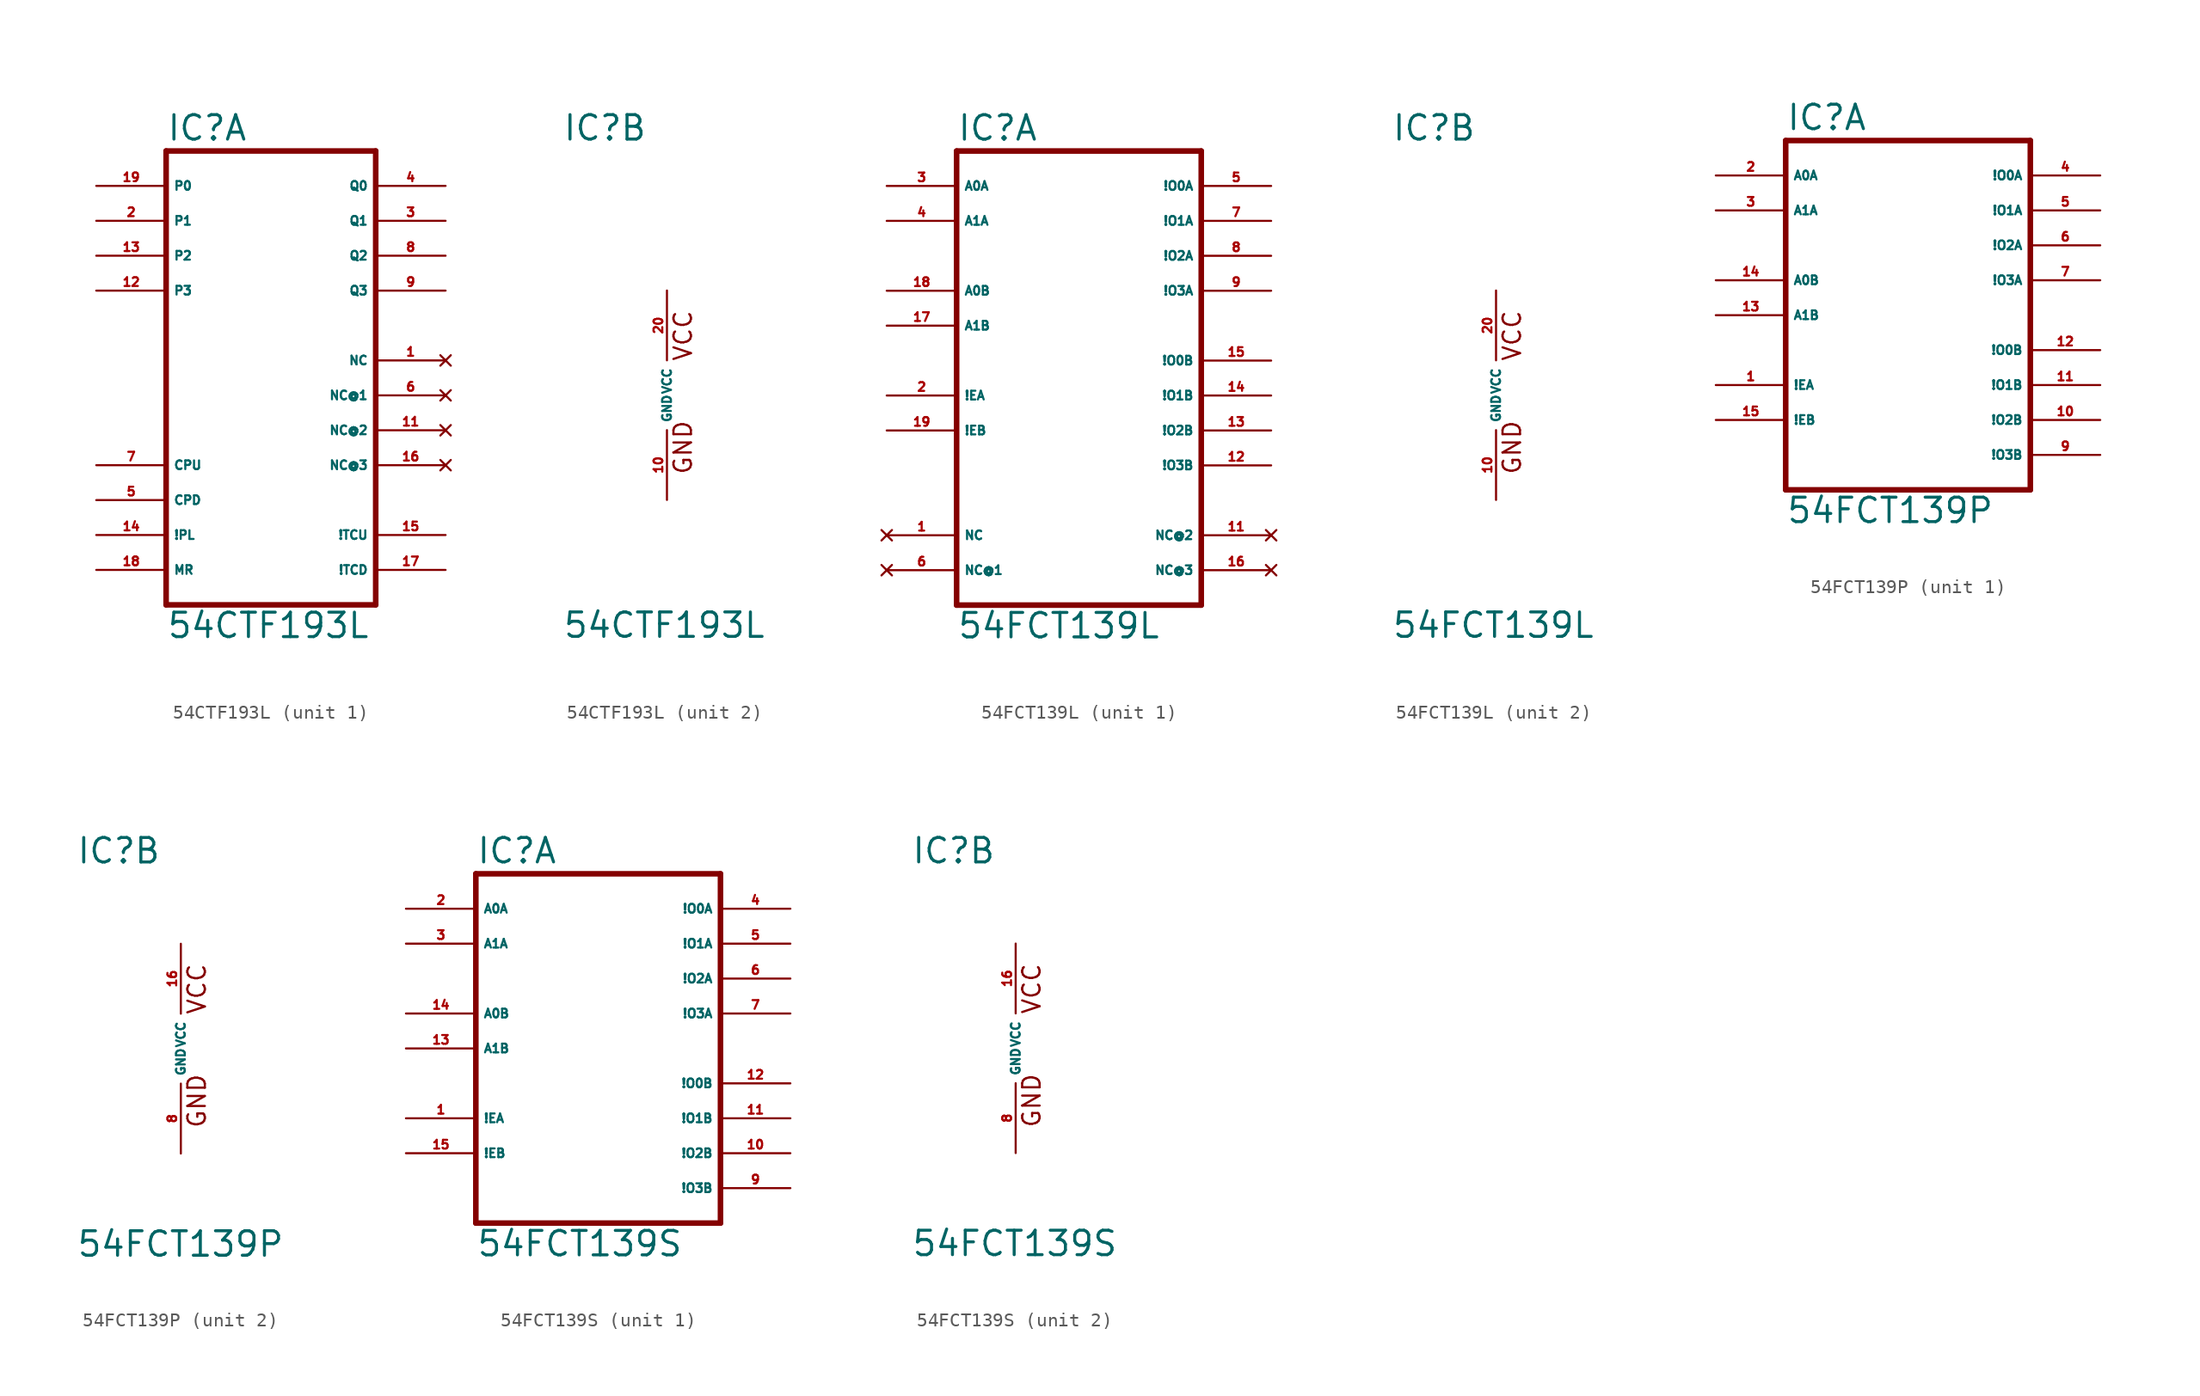
<source format=kicad_sym>
(kicad_symbol_lib
  (version 20220914)
  (generator Eagle2Kicad)
  (symbol "54CTF193L"
    (property "Reference" "IC"
      (at -7.62 18.415 0)
      (effects (font (size 1.778 1.778) (thickness 0.22)) (justify left bottom)))
    (property "Value" "54CTF193L"
      (at -7.62 -17.78 0)
      (effects (font (size 1.778 1.778) (thickness 0.22)) (justify left bottom)))
    (symbol "54CTF193L_1_0"
      (polyline (pts (xy -7.62 -15.24) (xy 7.62 -15.24)) (stroke (width 0.406) (type default)) (fill (type none)))
      (polyline (pts (xy 7.62 -15.24) (xy 7.62 17.78)) (stroke (width 0.406) (type default)) (fill (type none)))
      (polyline (pts (xy 7.62 17.78) (xy -7.62 17.78)) (stroke (width 0.406) (type default)) (fill (type none)))
      (polyline (pts (xy -7.62 17.78) (xy -7.62 -15.24)) (stroke (width 0.406) (type default)) (fill (type none)))
      (pin input line (at -12.7 15.24 0) (length 5.08) (name "P0" (effects (font (size 0.635 0.635) (thickness 0.08)) (justify left bottom))) (number "19" (effects (font (size 0.635 0.635) (thickness 0.08)) (justify left bottom))))
      (pin input line (at -12.7 12.7 0) (length 5.08) (name "P1" (effects (font (size 0.635 0.635) (thickness 0.08)) (justify left bottom))) (number "2" (effects (font (size 0.635 0.635) (thickness 0.08)) (justify left bottom))))
      (pin input line (at -12.7 10.16 0) (length 5.08) (name "P2" (effects (font (size 0.635 0.635) (thickness 0.08)) (justify left bottom))) (number "13" (effects (font (size 0.635 0.635) (thickness 0.08)) (justify left bottom))))
      (pin input line (at -12.7 7.62 0) (length 5.08) (name "P3" (effects (font (size 0.635 0.635) (thickness 0.08)) (justify left bottom))) (number "12" (effects (font (size 0.635 0.635) (thickness 0.08)) (justify left bottom))))
      (pin input line (at -12.7 -5.08 0) (length 5.08) (name "CPU" (effects (font (size 0.635 0.635) (thickness 0.08)) (justify left bottom))) (number "7" (effects (font (size 0.635 0.635) (thickness 0.08)) (justify left bottom))))
      (pin input line (at -12.7 -7.62 0) (length 5.08) (name "CPD" (effects (font (size 0.635 0.635) (thickness 0.08)) (justify left bottom))) (number "5" (effects (font (size 0.635 0.635) (thickness 0.08)) (justify left bottom))))
      (pin input line (at -12.7 -10.16 0) (length 5.08) (name "!PL" (effects (font (size 0.635 0.635) (thickness 0.08)) (justify left bottom))) (number "14" (effects (font (size 0.635 0.635) (thickness 0.08)) (justify left bottom))))
      (pin input line (at -12.7 -12.7 0) (length 5.08) (name "MR" (effects (font (size 0.635 0.635) (thickness 0.08)) (justify left bottom))) (number "18" (effects (font (size 0.635 0.635) (thickness 0.08)) (justify left bottom))))
      (pin output line (at 12.7 15.24 180) (length 5.08) (name "Q0" (effects (font (size 0.635 0.635) (thickness 0.08)) (justify left bottom))) (number "4" (effects (font (size 0.635 0.635) (thickness 0.08)) (justify left bottom))))
      (pin output line (at 12.7 12.7 180) (length 5.08) (name "Q1" (effects (font (size 0.635 0.635) (thickness 0.08)) (justify left bottom))) (number "3" (effects (font (size 0.635 0.635) (thickness 0.08)) (justify left bottom))))
      (pin output line (at 12.7 10.16 180) (length 5.08) (name "Q2" (effects (font (size 0.635 0.635) (thickness 0.08)) (justify left bottom))) (number "8" (effects (font (size 0.635 0.635) (thickness 0.08)) (justify left bottom))))
      (pin output line (at 12.7 7.62 180) (length 5.08) (name "Q3" (effects (font (size 0.635 0.635) (thickness 0.08)) (justify left bottom))) (number "9" (effects (font (size 0.635 0.635) (thickness 0.08)) (justify left bottom))))
      (pin output line (at 12.7 -12.7 180) (length 5.08) (name "!TCD" (effects (font (size 0.635 0.635) (thickness 0.08)) (justify left bottom))) (number "17" (effects (font (size 0.635 0.635) (thickness 0.08)) (justify left bottom))))
      (pin output line (at 12.7 -10.16 180) (length 5.08) (name "!TCU" (effects (font (size 0.635 0.635) (thickness 0.08)) (justify left bottom))) (number "15" (effects (font (size 0.635 0.635) (thickness 0.08)) (justify left bottom))))
      (pin no_connect line (at 12.7 2.54 180) (length 5.08) (name "NC" (effects (font (size 0.635 0.635) (thickness 0.08)) (justify left bottom) hide)) (number "1" (effects (font (size 0.635 0.635) (thickness 0.08)) (justify left bottom) hide)))
      (pin no_connect line (at 12.7 0 180) (length 5.08) (name "NC@1" (effects (font (size 0.635 0.635) (thickness 0.08)) (justify left bottom) hide)) (number "6" (effects (font (size 0.635 0.635) (thickness 0.08)) (justify left bottom) hide)))
      (pin no_connect line (at 12.7 -2.54 180) (length 5.08) (name "NC@2" (effects (font (size 0.635 0.635) (thickness 0.08)) (justify left bottom) hide)) (number "11" (effects (font (size 0.635 0.635) (thickness 0.08)) (justify left bottom) hide)))
      (pin no_connect line (at 12.7 -5.08 180) (length 5.08) (name "NC@3" (effects (font (size 0.635 0.635) (thickness 0.08)) (justify left bottom) hide)) (number "16" (effects (font (size 0.635 0.635) (thickness 0.08)) (justify left bottom) hide))))
    (symbol "54CTF193L_2_0"
      (text "GND" (at 1.905 -5.842 900) (effects (font (size 1.27 1.27) (thickness 0.16)) (justify left bottom)))
      (text "VCC" (at 1.905 2.413 900) (effects (font (size 1.27 1.27) (thickness 0.16)) (justify left bottom)))
      (pin unspecified line (at 0 7.62 270) (length 5.08) (name "VCC" (effects (font (size 0.635 0.635) (thickness 0.08)) (justify left bottom))) (number "20" (effects (font (size 0.635 0.635) (thickness 0.08)) (justify left bottom))))
      (pin unspecified line (at 0 -7.62 90) (length 5.08) (name "GND" (effects (font (size 0.635 0.635) (thickness 0.08)) (justify left bottom))) (number "10" (effects (font (size 0.635 0.635) (thickness 0.08)) (justify left bottom))))))
  (symbol "54FCT139L"
    (property "Reference" "IC"
      (at -7.62 18.415 0)
      (effects (font (size 1.778 1.778) (thickness 0.22)) (justify left bottom)))
    (property "Value" "54FCT139L"
      (at -7.62 -17.78 0)
      (effects (font (size 1.778 1.778) (thickness 0.22)) (justify left bottom)))
    (symbol "54FCT139L_1_0"
      (polyline (pts (xy -7.62 -15.24) (xy 10.16 -15.24)) (stroke (width 0.406) (type default)) (fill (type none)))
      (polyline (pts (xy 10.16 -15.24) (xy 10.16 17.78)) (stroke (width 0.406) (type default)) (fill (type none)))
      (polyline (pts (xy 10.16 17.78) (xy -7.62 17.78)) (stroke (width 0.406) (type default)) (fill (type none)))
      (polyline (pts (xy -7.62 17.78) (xy -7.62 -15.24)) (stroke (width 0.406) (type default)) (fill (type none)))
      (pin input line (at -12.7 15.24 0) (length 5.08) (name "A0A" (effects (font (size 0.635 0.635) (thickness 0.08)) (justify left bottom))) (number "3" (effects (font (size 0.635 0.635) (thickness 0.08)) (justify left bottom))))
      (pin input line (at -12.7 12.7 0) (length 5.08) (name "A1A" (effects (font (size 0.635 0.635) (thickness 0.08)) (justify left bottom))) (number "4" (effects (font (size 0.635 0.635) (thickness 0.08)) (justify left bottom))))
      (pin input line (at -12.7 7.62 0) (length 5.08) (name "A0B" (effects (font (size 0.635 0.635) (thickness 0.08)) (justify left bottom))) (number "18" (effects (font (size 0.635 0.635) (thickness 0.08)) (justify left bottom))))
      (pin input line (at -12.7 5.08 0) (length 5.08) (name "A1B" (effects (font (size 0.635 0.635) (thickness 0.08)) (justify left bottom))) (number "17" (effects (font (size 0.635 0.635) (thickness 0.08)) (justify left bottom))))
      (pin input line (at -12.7 0 0) (length 5.08) (name "!EA" (effects (font (size 0.635 0.635) (thickness 0.08)) (justify left bottom))) (number "2" (effects (font (size 0.635 0.635) (thickness 0.08)) (justify left bottom))))
      (pin input line (at -12.7 -2.54 0) (length 5.08) (name "!EB" (effects (font (size 0.635 0.635) (thickness 0.08)) (justify left bottom))) (number "19" (effects (font (size 0.635 0.635) (thickness 0.08)) (justify left bottom))))
      (pin output line (at 15.24 15.24 180) (length 5.08) (name "!O0A" (effects (font (size 0.635 0.635) (thickness 0.08)) (justify left bottom))) (number "5" (effects (font (size 0.635 0.635) (thickness 0.08)) (justify left bottom))))
      (pin output line (at 15.24 12.7 180) (length 5.08) (name "!O1A" (effects (font (size 0.635 0.635) (thickness 0.08)) (justify left bottom))) (number "7" (effects (font (size 0.635 0.635) (thickness 0.08)) (justify left bottom))))
      (pin output line (at 15.24 10.16 180) (length 5.08) (name "!O2A" (effects (font (size 0.635 0.635) (thickness 0.08)) (justify left bottom))) (number "8" (effects (font (size 0.635 0.635) (thickness 0.08)) (justify left bottom))))
      (pin output line (at 15.24 7.62 180) (length 5.08) (name "!O3A" (effects (font (size 0.635 0.635) (thickness 0.08)) (justify left bottom))) (number "9" (effects (font (size 0.635 0.635) (thickness 0.08)) (justify left bottom))))
      (pin output line (at 15.24 2.54 180) (length 5.08) (name "!O0B" (effects (font (size 0.635 0.635) (thickness 0.08)) (justify left bottom))) (number "15" (effects (font (size 0.635 0.635) (thickness 0.08)) (justify left bottom))))
      (pin output line (at 15.24 0 180) (length 5.08) (name "!O1B" (effects (font (size 0.635 0.635) (thickness 0.08)) (justify left bottom))) (number "14" (effects (font (size 0.635 0.635) (thickness 0.08)) (justify left bottom))))
      (pin output line (at 15.24 -2.54 180) (length 5.08) (name "!O2B" (effects (font (size 0.635 0.635) (thickness 0.08)) (justify left bottom))) (number "13" (effects (font (size 0.635 0.635) (thickness 0.08)) (justify left bottom))))
      (pin output line (at 15.24 -5.08 180) (length 5.08) (name "!O3B" (effects (font (size 0.635 0.635) (thickness 0.08)) (justify left bottom))) (number "12" (effects (font (size 0.635 0.635) (thickness 0.08)) (justify left bottom))))
      (pin no_connect line (at -12.7 -10.16 0) (length 5.08) (name "NC" (effects (font (size 0.635 0.635) (thickness 0.08)) (justify left bottom) hide)) (number "1" (effects (font (size 0.635 0.635) (thickness 0.08)) (justify left bottom) hide)))
      (pin no_connect line (at 15.24 -10.16 180) (length 5.08) (name "NC@2" (effects (font (size 0.635 0.635) (thickness 0.08)) (justify left bottom) hide)) (number "11" (effects (font (size 0.635 0.635) (thickness 0.08)) (justify left bottom) hide)))
      (pin no_connect line (at -12.7 -12.7 0) (length 5.08) (name "NC@1" (effects (font (size 0.635 0.635) (thickness 0.08)) (justify left bottom) hide)) (number "6" (effects (font (size 0.635 0.635) (thickness 0.08)) (justify left bottom) hide)))
      (pin no_connect line (at 15.24 -12.7 180) (length 5.08) (name "NC@3" (effects (font (size 0.635 0.635) (thickness 0.08)) (justify left bottom) hide)) (number "16" (effects (font (size 0.635 0.635) (thickness 0.08)) (justify left bottom) hide))))
    (symbol "54FCT139L_2_0"
      (text "GND" (at 1.905 -5.842 900) (effects (font (size 1.27 1.27) (thickness 0.16)) (justify left bottom)))
      (text "VCC" (at 1.905 2.413 900) (effects (font (size 1.27 1.27) (thickness 0.16)) (justify left bottom)))
      (pin unspecified line (at 0 7.62 270) (length 5.08) (name "VCC" (effects (font (size 0.635 0.635) (thickness 0.08)) (justify left bottom))) (number "20" (effects (font (size 0.635 0.635) (thickness 0.08)) (justify left bottom))))
      (pin unspecified line (at 0 -7.62 90) (length 5.08) (name "GND" (effects (font (size 0.635 0.635) (thickness 0.08)) (justify left bottom))) (number "10" (effects (font (size 0.635 0.635) (thickness 0.08)) (justify left bottom))))))
  (symbol "54FCT139P"
    (property "Reference" "IC"
      (at -7.62 13.335 0)
      (effects (font (size 1.778 1.778) (thickness 0.22)) (justify left bottom)))
    (property "Value" "54FCT139P"
      (at -7.62 -15.24 0)
      (effects (font (size 1.778 1.778) (thickness 0.22)) (justify left bottom)))
    (symbol "54FCT139P_1_0"
      (polyline (pts (xy -7.62 -12.7) (xy 10.16 -12.7)) (stroke (width 0.406) (type default)) (fill (type none)))
      (polyline (pts (xy 10.16 -12.7) (xy 10.16 12.7)) (stroke (width 0.406) (type default)) (fill (type none)))
      (polyline (pts (xy 10.16 12.7) (xy -7.62 12.7)) (stroke (width 0.406) (type default)) (fill (type none)))
      (polyline (pts (xy -7.62 12.7) (xy -7.62 -12.7)) (stroke (width 0.406) (type default)) (fill (type none)))
      (pin input line (at -12.7 10.16 0) (length 5.08) (name "A0A" (effects (font (size 0.635 0.635) (thickness 0.08)) (justify left bottom))) (number "2" (effects (font (size 0.635 0.635) (thickness 0.08)) (justify left bottom))))
      (pin input line (at -12.7 7.62 0) (length 5.08) (name "A1A" (effects (font (size 0.635 0.635) (thickness 0.08)) (justify left bottom))) (number "3" (effects (font (size 0.635 0.635) (thickness 0.08)) (justify left bottom))))
      (pin input line (at -12.7 2.54 0) (length 5.08) (name "A0B" (effects (font (size 0.635 0.635) (thickness 0.08)) (justify left bottom))) (number "14" (effects (font (size 0.635 0.635) (thickness 0.08)) (justify left bottom))))
      (pin input line (at -12.7 0 0) (length 5.08) (name "A1B" (effects (font (size 0.635 0.635) (thickness 0.08)) (justify left bottom))) (number "13" (effects (font (size 0.635 0.635) (thickness 0.08)) (justify left bottom))))
      (pin input line (at -12.7 -5.08 0) (length 5.08) (name "!EA" (effects (font (size 0.635 0.635) (thickness 0.08)) (justify left bottom))) (number "1" (effects (font (size 0.635 0.635) (thickness 0.08)) (justify left bottom))))
      (pin input line (at -12.7 -7.62 0) (length 5.08) (name "!EB" (effects (font (size 0.635 0.635) (thickness 0.08)) (justify left bottom))) (number "15" (effects (font (size 0.635 0.635) (thickness 0.08)) (justify left bottom))))
      (pin output line (at 15.24 10.16 180) (length 5.08) (name "!O0A" (effects (font (size 0.635 0.635) (thickness 0.08)) (justify left bottom))) (number "4" (effects (font (size 0.635 0.635) (thickness 0.08)) (justify left bottom))))
      (pin output line (at 15.24 7.62 180) (length 5.08) (name "!O1A" (effects (font (size 0.635 0.635) (thickness 0.08)) (justify left bottom))) (number "5" (effects (font (size 0.635 0.635) (thickness 0.08)) (justify left bottom))))
      (pin output line (at 15.24 5.08 180) (length 5.08) (name "!O2A" (effects (font (size 0.635 0.635) (thickness 0.08)) (justify left bottom))) (number "6" (effects (font (size 0.635 0.635) (thickness 0.08)) (justify left bottom))))
      (pin output line (at 15.24 2.54 180) (length 5.08) (name "!O3A" (effects (font (size 0.635 0.635) (thickness 0.08)) (justify left bottom))) (number "7" (effects (font (size 0.635 0.635) (thickness 0.08)) (justify left bottom))))
      (pin output line (at 15.24 -2.54 180) (length 5.08) (name "!O0B" (effects (font (size 0.635 0.635) (thickness 0.08)) (justify left bottom))) (number "12" (effects (font (size 0.635 0.635) (thickness 0.08)) (justify left bottom))))
      (pin output line (at 15.24 -5.08 180) (length 5.08) (name "!O1B" (effects (font (size 0.635 0.635) (thickness 0.08)) (justify left bottom))) (number "11" (effects (font (size 0.635 0.635) (thickness 0.08)) (justify left bottom))))
      (pin output line (at 15.24 -7.62 180) (length 5.08) (name "!O2B" (effects (font (size 0.635 0.635) (thickness 0.08)) (justify left bottom))) (number "10" (effects (font (size 0.635 0.635) (thickness 0.08)) (justify left bottom))))
      (pin output line (at 15.24 -10.16 180) (length 5.08) (name "!O3B" (effects (font (size 0.635 0.635) (thickness 0.08)) (justify left bottom))) (number "9" (effects (font (size 0.635 0.635) (thickness 0.08)) (justify left bottom)))))
    (symbol "54FCT139P_2_0"
      (text "GND" (at 1.905 -5.842 900) (effects (font (size 1.27 1.27) (thickness 0.16)) (justify left bottom)))
      (text "VCC" (at 1.905 2.413 900) (effects (font (size 1.27 1.27) (thickness 0.16)) (justify left bottom)))
      (pin unspecified line (at 0 7.62 270) (length 5.08) (name "VCC" (effects (font (size 0.635 0.635) (thickness 0.08)) (justify left bottom))) (number "16" (effects (font (size 0.635 0.635) (thickness 0.08)) (justify left bottom))))
      (pin unspecified line (at 0 -7.62 90) (length 5.08) (name "GND" (effects (font (size 0.635 0.635) (thickness 0.08)) (justify left bottom))) (number "8" (effects (font (size 0.635 0.635) (thickness 0.08)) (justify left bottom))))))
  (symbol "54FCT139S"
    (property "Reference" "IC"
      (at -7.62 13.335 0)
      (effects (font (size 1.778 1.778) (thickness 0.22)) (justify left bottom)))
    (property "Value" "54FCT139S"
      (at -7.62 -15.24 0)
      (effects (font (size 1.778 1.778) (thickness 0.22)) (justify left bottom)))
    (symbol "54FCT139S_1_0"
      (polyline (pts (xy -7.62 -12.7) (xy 10.16 -12.7)) (stroke (width 0.406) (type default)) (fill (type none)))
      (polyline (pts (xy 10.16 -12.7) (xy 10.16 12.7)) (stroke (width 0.406) (type default)) (fill (type none)))
      (polyline (pts (xy 10.16 12.7) (xy -7.62 12.7)) (stroke (width 0.406) (type default)) (fill (type none)))
      (polyline (pts (xy -7.62 12.7) (xy -7.62 -12.7)) (stroke (width 0.406) (type default)) (fill (type none)))
      (pin input line (at -12.7 10.16 0) (length 5.08) (name "A0A" (effects (font (size 0.635 0.635) (thickness 0.08)) (justify left bottom))) (number "2" (effects (font (size 0.635 0.635) (thickness 0.08)) (justify left bottom))))
      (pin input line (at -12.7 7.62 0) (length 5.08) (name "A1A" (effects (font (size 0.635 0.635) (thickness 0.08)) (justify left bottom))) (number "3" (effects (font (size 0.635 0.635) (thickness 0.08)) (justify left bottom))))
      (pin input line (at -12.7 2.54 0) (length 5.08) (name "A0B" (effects (font (size 0.635 0.635) (thickness 0.08)) (justify left bottom))) (number "14" (effects (font (size 0.635 0.635) (thickness 0.08)) (justify left bottom))))
      (pin input line (at -12.7 0 0) (length 5.08) (name "A1B" (effects (font (size 0.635 0.635) (thickness 0.08)) (justify left bottom))) (number "13" (effects (font (size 0.635 0.635) (thickness 0.08)) (justify left bottom))))
      (pin input line (at -12.7 -5.08 0) (length 5.08) (name "!EA" (effects (font (size 0.635 0.635) (thickness 0.08)) (justify left bottom))) (number "1" (effects (font (size 0.635 0.635) (thickness 0.08)) (justify left bottom))))
      (pin input line (at -12.7 -7.62 0) (length 5.08) (name "!EB" (effects (font (size 0.635 0.635) (thickness 0.08)) (justify left bottom))) (number "15" (effects (font (size 0.635 0.635) (thickness 0.08)) (justify left bottom))))
      (pin output line (at 15.24 10.16 180) (length 5.08) (name "!O0A" (effects (font (size 0.635 0.635) (thickness 0.08)) (justify left bottom))) (number "4" (effects (font (size 0.635 0.635) (thickness 0.08)) (justify left bottom))))
      (pin output line (at 15.24 7.62 180) (length 5.08) (name "!O1A" (effects (font (size 0.635 0.635) (thickness 0.08)) (justify left bottom))) (number "5" (effects (font (size 0.635 0.635) (thickness 0.08)) (justify left bottom))))
      (pin output line (at 15.24 5.08 180) (length 5.08) (name "!O2A" (effects (font (size 0.635 0.635) (thickness 0.08)) (justify left bottom))) (number "6" (effects (font (size 0.635 0.635) (thickness 0.08)) (justify left bottom))))
      (pin output line (at 15.24 2.54 180) (length 5.08) (name "!O3A" (effects (font (size 0.635 0.635) (thickness 0.08)) (justify left bottom))) (number "7" (effects (font (size 0.635 0.635) (thickness 0.08)) (justify left bottom))))
      (pin output line (at 15.24 -2.54 180) (length 5.08) (name "!O0B" (effects (font (size 0.635 0.635) (thickness 0.08)) (justify left bottom))) (number "12" (effects (font (size 0.635 0.635) (thickness 0.08)) (justify left bottom))))
      (pin output line (at 15.24 -5.08 180) (length 5.08) (name "!O1B" (effects (font (size 0.635 0.635) (thickness 0.08)) (justify left bottom))) (number "11" (effects (font (size 0.635 0.635) (thickness 0.08)) (justify left bottom))))
      (pin output line (at 15.24 -7.62 180) (length 5.08) (name "!O2B" (effects (font (size 0.635 0.635) (thickness 0.08)) (justify left bottom))) (number "10" (effects (font (size 0.635 0.635) (thickness 0.08)) (justify left bottom))))
      (pin output line (at 15.24 -10.16 180) (length 5.08) (name "!O3B" (effects (font (size 0.635 0.635) (thickness 0.08)) (justify left bottom))) (number "9" (effects (font (size 0.635 0.635) (thickness 0.08)) (justify left bottom)))))
    (symbol "54FCT139S_2_0"
      (text "GND" (at 1.905 -5.842 900) (effects (font (size 1.27 1.27) (thickness 0.16)) (justify left bottom)))
      (text "VCC" (at 1.905 2.413 900) (effects (font (size 1.27 1.27) (thickness 0.16)) (justify left bottom)))
      (pin unspecified line (at 0 7.62 270) (length 5.08) (name "VCC" (effects (font (size 0.635 0.635) (thickness 0.08)) (justify left bottom))) (number "16" (effects (font (size 0.635 0.635) (thickness 0.08)) (justify left bottom))))
      (pin unspecified line (at 0 -7.62 90) (length 5.08) (name "GND" (effects (font (size 0.635 0.635) (thickness 0.08)) (justify left bottom))) (number "8" (effects (font (size 0.635 0.635) (thickness 0.08)) (justify left bottom)))))))
</source>
